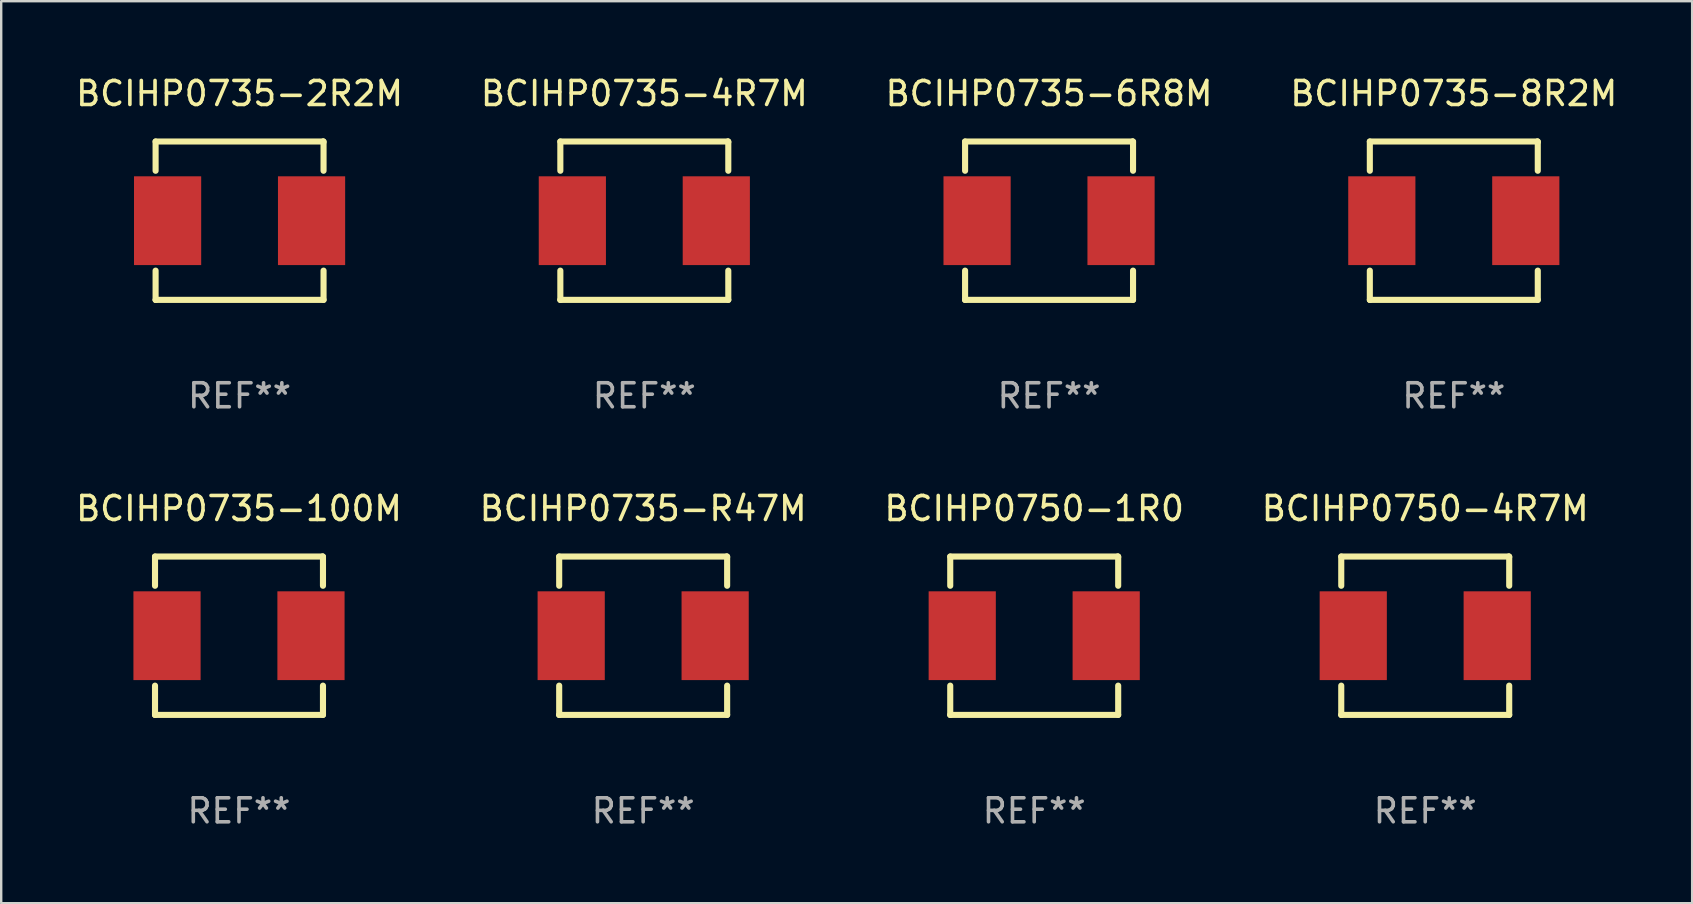
<source format=kicad_pcb>
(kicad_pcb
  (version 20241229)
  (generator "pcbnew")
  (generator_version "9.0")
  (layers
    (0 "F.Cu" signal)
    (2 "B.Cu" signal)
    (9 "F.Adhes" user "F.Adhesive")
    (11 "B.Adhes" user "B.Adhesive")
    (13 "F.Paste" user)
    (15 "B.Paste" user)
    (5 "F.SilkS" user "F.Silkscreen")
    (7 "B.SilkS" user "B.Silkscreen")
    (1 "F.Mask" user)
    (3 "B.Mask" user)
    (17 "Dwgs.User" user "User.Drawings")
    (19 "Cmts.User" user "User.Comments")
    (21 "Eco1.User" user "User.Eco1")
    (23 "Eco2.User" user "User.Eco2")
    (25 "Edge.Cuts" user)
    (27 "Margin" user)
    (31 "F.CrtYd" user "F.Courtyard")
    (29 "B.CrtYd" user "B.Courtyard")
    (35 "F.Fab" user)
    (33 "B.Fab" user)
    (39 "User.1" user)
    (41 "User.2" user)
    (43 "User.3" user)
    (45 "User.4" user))
  (footprint "BCIHP0735-100M"
    (layer "F.Cu")
    (at 6.911 23.445)
    (property "Reference" "BCIHP0735-100M" (at 0 -5.3 0) (layer "F.SilkS") (effects (font (size 1 1) (thickness 0.15))))
    (attr through_hole)
    (fp_line (start -3.5 -3.3) (end 3.48 -3.3) (stroke (width 0.254) (type solid)) (layer "F.SilkS"))
    (fp_line (start -3.5 -2.081) (end -3.5 -3.3) (stroke (width 0.254) (type solid)) (layer "F.SilkS"))
    (fp_line (start -3.5 3.3) (end -3.5 2.081) (stroke (width 0.254) (type solid)) (layer "F.SilkS"))
    (fp_line (start -3.49 3.3) (end -3.5 3.3) (stroke (width 0.254) (type solid)) (layer "F.SilkS"))
    (fp_line (start 3.48 -3.3) (end 3.5 -3.28) (stroke (width 0.254) (type solid)) (layer "F.SilkS"))
    (fp_line (start 3.5 -3.3) (end 3.5 -2.081) (stroke (width 0.254) (type solid)) (layer "F.SilkS"))
    (fp_line (start 3.5 2.081) (end 3.5 3.3) (stroke (width 0.254) (type solid)) (layer "F.SilkS"))
    (fp_line (start 3.5 3.3) (end -3.49 3.3) (stroke (width 0.254) (type solid)) (layer "F.SilkS"))
    (fp_circle (center -3.5 3.3) (end -3.47 3.3) (stroke (width 0.06) (type solid)) (fill no) (layer "F.SilkS"))
    (fp_text user "REF**" (at 0 7.3 0) (layer "F.Fab") (effects (font (size 1 1) (thickness 0.15))))
    (pad "1" smd rect (at -3 0) (size 2.8 3.7) (layers "F.Cu" "F.Mask" "F.Paste"))
    (pad "2" smd rect (at 3 0) (size 2.8 3.7) (layers "F.Cu" "F.Mask" "F.Paste")))
  (footprint "BCIHP0735-6R8M"
    (layer "F.Cu")
    (at 40.673 6.148)
    (property "Reference" "BCIHP0735-6R8M" (at 0 -5.3 0) (layer "F.SilkS") (effects (font (size 1 1) (thickness 0.15))))
    (attr through_hole)
    (fp_line (start -3.5 -3.3) (end 3.48 -3.3) (stroke (width 0.254) (type solid)) (layer "F.SilkS"))
    (fp_line (start -3.5 -2.081) (end -3.5 -3.3) (stroke (width 0.254) (type solid)) (layer "F.SilkS"))
    (fp_line (start -3.5 3.3) (end -3.5 2.081) (stroke (width 0.254) (type solid)) (layer "F.SilkS"))
    (fp_line (start -3.49 3.3) (end -3.5 3.3) (stroke (width 0.254) (type solid)) (layer "F.SilkS"))
    (fp_line (start 3.48 -3.3) (end 3.5 -3.28) (stroke (width 0.254) (type solid)) (layer "F.SilkS"))
    (fp_line (start 3.5 -3.3) (end 3.5 -2.081) (stroke (width 0.254) (type solid)) (layer "F.SilkS"))
    (fp_line (start 3.5 2.081) (end 3.5 3.3) (stroke (width 0.254) (type solid)) (layer "F.SilkS"))
    (fp_line (start 3.5 3.3) (end -3.49 3.3) (stroke (width 0.254) (type solid)) (layer "F.SilkS"))
    (fp_circle (center -3.5 3.3) (end -3.47 3.3) (stroke (width 0.06) (type solid)) (fill no) (layer "F.SilkS"))
    (fp_text user "REF**" (at 0 7.3 0) (layer "F.Fab") (effects (font (size 1 1) (thickness 0.15))))
    (pad "1" smd rect (at -3 0) (size 2.8 3.7) (layers "F.Cu" "F.Mask" "F.Paste"))
    (pad "2" smd rect (at 3 0) (size 2.8 3.7) (layers "F.Cu" "F.Mask" "F.Paste")))
  (footprint "BCIHP0750-4R7M"
    (layer "F.Cu")
    (at 56.351 23.445)
    (property "Reference" "BCIHP0750-4R7M" (at 0 -5.3 0) (layer "F.SilkS") (effects (font (size 1 1) (thickness 0.15))))
    (attr through_hole)
    (fp_line (start -3.5 -3.3) (end 3.48 -3.3) (stroke (width 0.254) (type solid)) (layer "F.SilkS"))
    (fp_line (start -3.5 -2.081) (end -3.5 -3.3) (stroke (width 0.254) (type solid)) (layer "F.SilkS"))
    (fp_line (start -3.5 3.3) (end -3.5 2.081) (stroke (width 0.254) (type solid)) (layer "F.SilkS"))
    (fp_line (start -3.49 3.3) (end -3.5 3.3) (stroke (width 0.254) (type solid)) (layer "F.SilkS"))
    (fp_line (start 3.48 -3.3) (end 3.5 -3.28) (stroke (width 0.254) (type solid)) (layer "F.SilkS"))
    (fp_line (start 3.5 -3.3) (end 3.5 -2.081) (stroke (width 0.254) (type solid)) (layer "F.SilkS"))
    (fp_line (start 3.5 2.081) (end 3.5 3.3) (stroke (width 0.254) (type solid)) (layer "F.SilkS"))
    (fp_line (start 3.5 3.3) (end -3.49 3.3) (stroke (width 0.254) (type solid)) (layer "F.SilkS"))
    (fp_circle (center -3.5 3.3) (end -3.47 3.3) (stroke (width 0.06) (type solid)) (fill no) (layer "F.SilkS"))
    (fp_text user "REF**" (at 0 7.3 0) (layer "F.Fab") (effects (font (size 1 1) (thickness 0.15))))
    (pad "1" smd rect (at -3 0) (size 2.8 3.7) (layers "F.Cu" "F.Mask" "F.Paste"))
    (pad "2" smd rect (at 3 0) (size 2.8 3.7) (layers "F.Cu" "F.Mask" "F.Paste")))
  (footprint "BCIHP0735-R47M"
    (layer "F.Cu")
    (at 23.756 23.445)
    (property "Reference" "BCIHP0735-R47M" (at 0 -5.3 0) (layer "F.SilkS") (effects (font (size 1 1) (thickness 0.15))))
    (attr through_hole)
    (fp_line (start -3.5 -3.3) (end 3.48 -3.3) (stroke (width 0.254) (type solid)) (layer "F.SilkS"))
    (fp_line (start -3.5 -2.081) (end -3.5 -3.3) (stroke (width 0.254) (type solid)) (layer "F.SilkS"))
    (fp_line (start -3.5 3.3) (end -3.5 2.081) (stroke (width 0.254) (type solid)) (layer "F.SilkS"))
    (fp_line (start -3.49 3.3) (end -3.5 3.3) (stroke (width 0.254) (type solid)) (layer "F.SilkS"))
    (fp_line (start 3.48 -3.3) (end 3.5 -3.28) (stroke (width 0.254) (type solid)) (layer "F.SilkS"))
    (fp_line (start 3.5 -3.3) (end 3.5 -2.081) (stroke (width 0.254) (type solid)) (layer "F.SilkS"))
    (fp_line (start 3.5 2.081) (end 3.5 3.3) (stroke (width 0.254) (type solid)) (layer "F.SilkS"))
    (fp_line (start 3.5 3.3) (end -3.49 3.3) (stroke (width 0.254) (type solid)) (layer "F.SilkS"))
    (fp_circle (center -3.5 3.3) (end -3.47 3.3) (stroke (width 0.06) (type solid)) (fill no) (layer "F.SilkS"))
    (fp_text user "REF**" (at 0 7.3 0) (layer "F.Fab") (effects (font (size 1 1) (thickness 0.15))))
    (pad "1" smd rect (at -3 0) (size 2.8 3.7) (layers "F.Cu" "F.Mask" "F.Paste"))
    (pad "2" smd rect (at 3 0) (size 2.8 3.7) (layers "F.Cu" "F.Mask" "F.Paste")))
  (footprint "BCIHP0750-1R0"
    (layer "F.Cu")
    (at 40.054 23.445)
    (property "Reference" "BCIHP0750-1R0" (at 0 -5.3 0) (layer "F.SilkS") (effects (font (size 1 1) (thickness 0.15))))
    (attr through_hole)
    (fp_line (start -3.5 -3.3) (end 3.48 -3.3) (stroke (width 0.254) (type solid)) (layer "F.SilkS"))
    (fp_line (start -3.5 -2.081) (end -3.5 -3.3) (stroke (width 0.254) (type solid)) (layer "F.SilkS"))
    (fp_line (start -3.5 3.3) (end -3.5 2.081) (stroke (width 0.254) (type solid)) (layer "F.SilkS"))
    (fp_line (start -3.49 3.3) (end -3.5 3.3) (stroke (width 0.254) (type solid)) (layer "F.SilkS"))
    (fp_line (start 3.48 -3.3) (end 3.5 -3.28) (stroke (width 0.254) (type solid)) (layer "F.SilkS"))
    (fp_line (start 3.5 -3.3) (end 3.5 -2.081) (stroke (width 0.254) (type solid)) (layer "F.SilkS"))
    (fp_line (start 3.5 2.081) (end 3.5 3.3) (stroke (width 0.254) (type solid)) (layer "F.SilkS"))
    (fp_line (start 3.5 3.3) (end -3.49 3.3) (stroke (width 0.254) (type solid)) (layer "F.SilkS"))
    (fp_circle (center -3.5 3.3) (end -3.47 3.3) (stroke (width 0.06) (type solid)) (fill no) (layer "F.SilkS"))
    (fp_text user "REF**" (at 0 7.3 0) (layer "F.Fab") (effects (font (size 1 1) (thickness 0.15))))
    (pad "1" smd rect (at -3 0) (size 2.8 3.7) (layers "F.Cu" "F.Mask" "F.Paste"))
    (pad "2" smd rect (at 3 0) (size 2.8 3.7) (layers "F.Cu" "F.Mask" "F.Paste")))
  (footprint "BCIHP0735-4R7M"
    (layer "F.Cu")
    (at 23.804 6.148)
    (property "Reference" "BCIHP0735-4R7M" (at 0 -5.3 0) (layer "F.SilkS") (effects (font (size 1 1) (thickness 0.15))))
    (attr through_hole)
    (fp_line (start -3.5 -3.3) (end 3.48 -3.3) (stroke (width 0.254) (type solid)) (layer "F.SilkS"))
    (fp_line (start -3.5 -2.081) (end -3.5 -3.3) (stroke (width 0.254) (type solid)) (layer "F.SilkS"))
    (fp_line (start -3.5 3.3) (end -3.5 2.081) (stroke (width 0.254) (type solid)) (layer "F.SilkS"))
    (fp_line (start -3.49 3.3) (end -3.5 3.3) (stroke (width 0.254) (type solid)) (layer "F.SilkS"))
    (fp_line (start 3.48 -3.3) (end 3.5 -3.28) (stroke (width 0.254) (type solid)) (layer "F.SilkS"))
    (fp_line (start 3.5 -3.3) (end 3.5 -2.081) (stroke (width 0.254) (type solid)) (layer "F.SilkS"))
    (fp_line (start 3.5 2.081) (end 3.5 3.3) (stroke (width 0.254) (type solid)) (layer "F.SilkS"))
    (fp_line (start 3.5 3.3) (end -3.49 3.3) (stroke (width 0.254) (type solid)) (layer "F.SilkS"))
    (fp_circle (center -3.5 3.3) (end -3.47 3.3) (stroke (width 0.06) (type solid)) (fill no) (layer "F.SilkS"))
    (fp_text user "REF**" (at 0 7.3 0) (layer "F.Fab") (effects (font (size 1 1) (thickness 0.15))))
    (pad "1" smd rect (at -3 0) (size 2.8 3.7) (layers "F.Cu" "F.Mask" "F.Paste"))
    (pad "2" smd rect (at 3 0) (size 2.8 3.7) (layers "F.Cu" "F.Mask" "F.Paste")))
  (footprint "BCIHP0735-8R2M"
    (layer "F.Cu")
    (at 57.542 6.148)
    (property "Reference" "BCIHP0735-8R2M" (at 0 -5.3 0) (layer "F.SilkS") (effects (font (size 1 1) (thickness 0.15))))
    (attr through_hole)
    (fp_line (start -3.5 -3.3) (end 3.48 -3.3) (stroke (width 0.254) (type solid)) (layer "F.SilkS"))
    (fp_line (start -3.5 -2.081) (end -3.5 -3.3) (stroke (width 0.254) (type solid)) (layer "F.SilkS"))
    (fp_line (start -3.5 3.3) (end -3.5 2.081) (stroke (width 0.254) (type solid)) (layer "F.SilkS"))
    (fp_line (start -3.49 3.3) (end -3.5 3.3) (stroke (width 0.254) (type solid)) (layer "F.SilkS"))
    (fp_line (start 3.48 -3.3) (end 3.5 -3.28) (stroke (width 0.254) (type solid)) (layer "F.SilkS"))
    (fp_line (start 3.5 -3.3) (end 3.5 -2.081) (stroke (width 0.254) (type solid)) (layer "F.SilkS"))
    (fp_line (start 3.5 2.081) (end 3.5 3.3) (stroke (width 0.254) (type solid)) (layer "F.SilkS"))
    (fp_line (start 3.5 3.3) (end -3.49 3.3) (stroke (width 0.254) (type solid)) (layer "F.SilkS"))
    (fp_circle (center -3.5 3.3) (end -3.47 3.3) (stroke (width 0.06) (type solid)) (fill no) (layer "F.SilkS"))
    (fp_text user "REF**" (at 0 7.3 0) (layer "F.Fab") (effects (font (size 1 1) (thickness 0.15))))
    (pad "1" smd rect (at -3 0) (size 2.8 3.7) (layers "F.Cu" "F.Mask" "F.Paste"))
    (pad "2" smd rect (at 3 0) (size 2.8 3.7) (layers "F.Cu" "F.Mask" "F.Paste")))
  (footprint "BCIHP0735-2R2M"
    (layer "F.Cu")
    (at 6.935 6.148)
    (property "Reference" "BCIHP0735-2R2M" (at 0 -5.3 0) (layer "F.SilkS") (effects (font (size 1 1) (thickness 0.15))))
    (attr through_hole)
    (fp_line (start -3.5 -3.3) (end 3.48 -3.3) (stroke (width 0.254) (type solid)) (layer "F.SilkS"))
    (fp_line (start -3.5 -2.081) (end -3.5 -3.3) (stroke (width 0.254) (type solid)) (layer "F.SilkS"))
    (fp_line (start -3.5 3.3) (end -3.5 2.081) (stroke (width 0.254) (type solid)) (layer "F.SilkS"))
    (fp_line (start -3.49 3.3) (end -3.5 3.3) (stroke (width 0.254) (type solid)) (layer "F.SilkS"))
    (fp_line (start 3.48 -3.3) (end 3.5 -3.28) (stroke (width 0.254) (type solid)) (layer "F.SilkS"))
    (fp_line (start 3.5 -3.3) (end 3.5 -2.081) (stroke (width 0.254) (type solid)) (layer "F.SilkS"))
    (fp_line (start 3.5 2.081) (end 3.5 3.3) (stroke (width 0.254) (type solid)) (layer "F.SilkS"))
    (fp_line (start 3.5 3.3) (end -3.49 3.3) (stroke (width 0.254) (type solid)) (layer "F.SilkS"))
    (fp_circle (center -3.5 3.3) (end -3.47 3.3) (stroke (width 0.06) (type solid)) (fill no) (layer "F.SilkS"))
    (fp_text user "REF**" (at 0 7.3 0) (layer "F.Fab") (effects (font (size 1 1) (thickness 0.15))))
    (pad "1" smd rect (at -3 0) (size 2.8 3.7) (layers "F.Cu" "F.Mask" "F.Paste"))
    (pad "2" smd rect (at 3 0) (size 2.8 3.7) (layers "F.Cu" "F.Mask" "F.Paste")))
  (gr_rect
    (start -3 -3)
    (end 67.476 34.593)
    (stroke (width 0.1) (type default))
    (fill no)
    (layer "Edge.Cuts")))
</source>
